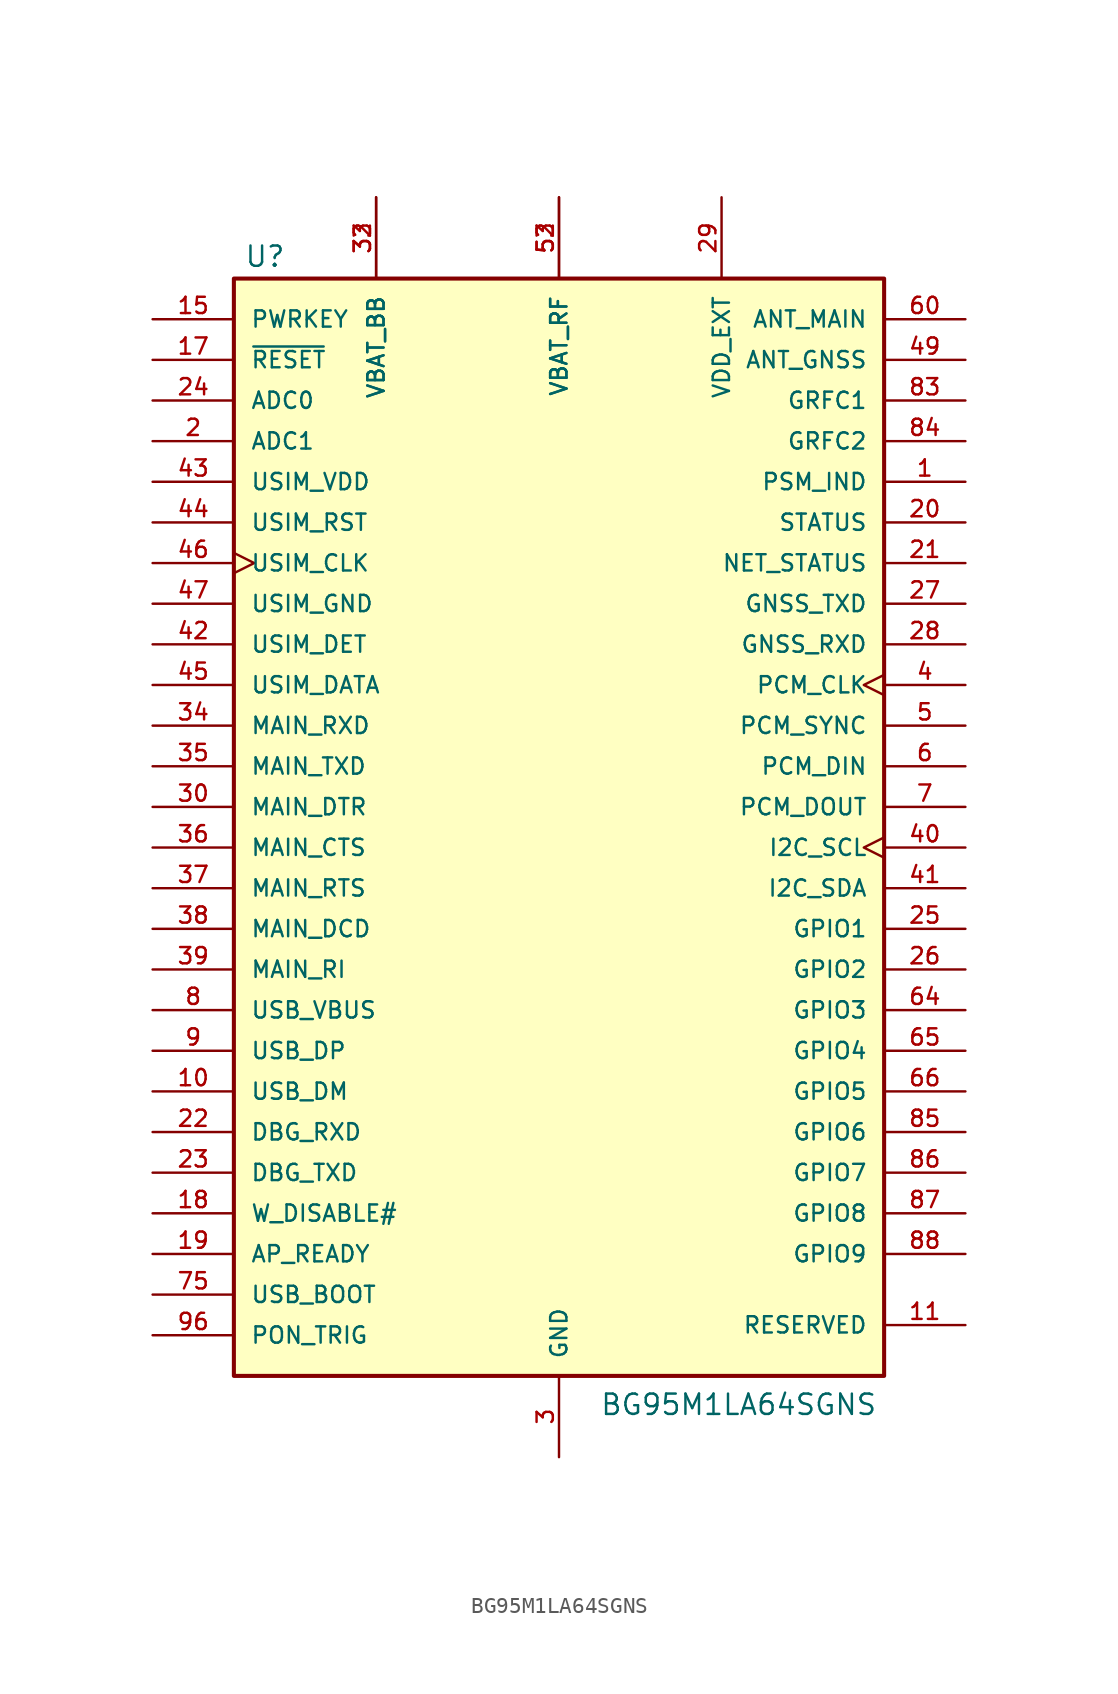
<source format=kicad_sym>
(kicad_symbol_lib
  (version 20220914)
  (generator kicad_symbol_editor)
  (symbol "BG95M1LA64SGNS"
    (pin_names
      (offset 1.016))
    (property "Reference" "U"
      (at -19.685 33.655 0)
      (effects (font (size 1.27 1.27)) (justify left bottom)))
    (property "Value" "BG95M1LA64SGNS"
      (at 2.54 -38.1 0)
      (effects (font (size 1.27 1.27)) (justify left bottom)))
    (symbol "BG95M1LA64SGNS_1_0"
      (rectangle (start -20.32 33.02) (end 20.32 -35.56) (stroke (width 0.254) (type default)) (fill (type background)))
      (pin output line (at 25.4 20.32 180) (length 5.08) (name "PSM_IND" (effects (font (size 1.016 1.016)))) (number "1" (effects (font (size 1.016 1.016)))))
      (pin bidirectional line (at -25.4 -17.78 0) (length 5.08) (name "USB_DM" (effects (font (size 1.016 1.016)))) (number "10" (effects (font (size 1.016 1.016)))))
      (pin power_in line (at 0 -40.64 90) (length 5.08) hide (name "GND" (effects (font (size 1.016 1.016)))) (number "100" (effects (font (size 1.016 1.016)))))
      (pin power_in line (at 0 -40.64 90) (length 5.08) hide (name "GND" (effects (font (size 1.016 1.016)))) (number "101" (effects (font (size 1.016 1.016)))))
      (pin power_in line (at 0 -40.64 90) (length 5.08) hide (name "GND" (effects (font (size 1.016 1.016)))) (number "102" (effects (font (size 1.016 1.016)))))
      (pin passive line (at 25.4 -32.385 180) (length 5.08) (name "RESERVED" (effects (font (size 1.016 1.016)))) (number "11" (effects (font (size 1.016 1.016)))))
      (pin passive line (at 25.4 -32.385 180) (length 5.08) hide (name "RESERVED" (effects (font (size 1.016 1.016)))) (number "12" (effects (font (size 1.016 1.016)))))
      (pin passive line (at 25.4 -32.385 180) (length 5.08) hide (name "RESERVED" (effects (font (size 1.016 1.016)))) (number "13" (effects (font (size 1.016 1.016)))))
      (pin passive line (at 25.4 -32.385 180) (length 5.08) hide (name "RESERVED" (effects (font (size 1.016 1.016)))) (number "14" (effects (font (size 1.016 1.016)))))
      (pin input line (at -25.4 30.48 0) (length 5.08) (name "PWRKEY" (effects (font (size 1.016 1.016)))) (number "15" (effects (font (size 1.016 1.016)))))
      (pin passive line (at 25.4 -32.385 180) (length 5.08) hide (name "RESERVED" (effects (font (size 1.016 1.016)))) (number "16" (effects (font (size 1.016 1.016)))))
      (pin input line (at -25.4 27.94 0) (length 5.08) (name "~{RESET}" (effects (font (size 1.016 1.016)))) (number "17" (effects (font (size 1.016 1.016)))))
      (pin input line (at -25.4 -25.4 0) (length 5.08) (name "W_DISABLE#" (effects (font (size 1.016 1.016)))) (number "18" (effects (font (size 1.016 1.016)))))
      (pin input line (at -25.4 -27.94 0) (length 5.08) (name "AP_READY" (effects (font (size 1.016 1.016)))) (number "19" (effects (font (size 1.016 1.016)))))
      (pin input line (at -25.4 22.86 0) (length 5.08) (name "ADC1" (effects (font (size 1.016 1.016)))) (number "2" (effects (font (size 1.016 1.016)))))
      (pin output line (at 25.4 17.78 180) (length 5.08) (name "STATUS" (effects (font (size 1.016 1.016)))) (number "20" (effects (font (size 1.016 1.016)))))
      (pin output line (at 25.4 15.24 180) (length 5.08) (name "NET_STATUS" (effects (font (size 1.016 1.016)))) (number "21" (effects (font (size 1.016 1.016)))))
      (pin input line (at -25.4 -20.32 0) (length 5.08) (name "DBG_RXD" (effects (font (size 1.016 1.016)))) (number "22" (effects (font (size 1.016 1.016)))))
      (pin output line (at -25.4 -22.86 0) (length 5.08) (name "DBG_TXD" (effects (font (size 1.016 1.016)))) (number "23" (effects (font (size 1.016 1.016)))))
      (pin input line (at -25.4 25.4 0) (length 5.08) (name "ADC0" (effects (font (size 1.016 1.016)))) (number "24" (effects (font (size 1.016 1.016)))))
      (pin bidirectional line (at 25.4 -7.62 180) (length 5.08) (name "GPIO1" (effects (font (size 1.016 1.016)))) (number "25" (effects (font (size 1.016 1.016)))))
      (pin bidirectional line (at 25.4 -10.16 180) (length 5.08) (name "GPIO2" (effects (font (size 1.016 1.016)))) (number "26" (effects (font (size 1.016 1.016)))))
      (pin output line (at 25.4 12.7 180) (length 5.08) (name "GNSS_TXD" (effects (font (size 1.016 1.016)))) (number "27" (effects (font (size 1.016 1.016)))))
      (pin input line (at 25.4 10.16 180) (length 5.08) (name "GNSS_RXD" (effects (font (size 1.016 1.016)))) (number "28" (effects (font (size 1.016 1.016)))))
      (pin power_out line (at 10.16 38.1 270) (length 5.08) (name "VDD_EXT" (effects (font (size 1.016 1.016)))) (number "29" (effects (font (size 1.016 1.016)))))
      (pin power_in line (at 0 -40.64 90) (length 5.08) (name "GND" (effects (font (size 1.016 1.016)))) (number "3" (effects (font (size 1.016 1.016)))))
      (pin input line (at -25.4 0 0) (length 5.08) (name "MAIN_DTR" (effects (font (size 1.016 1.016)))) (number "30" (effects (font (size 1.016 1.016)))))
      (pin power_in line (at 0 -40.64 90) (length 5.08) hide (name "GND" (effects (font (size 1.016 1.016)))) (number "31" (effects (font (size 1.016 1.016)))))
      (pin power_in line (at -11.43 38.1 270) (length 5.08) (name "VBAT_BB" (effects (font (size 1.016 1.016)))) (number "32" (effects (font (size 1.016 1.016)))))
      (pin power_in line (at -11.43 38.1 270) (length 5.08) (name "VBAT_BB" (effects (font (size 1.016 1.016)))) (number "33" (effects (font (size 1.016 1.016)))))
      (pin input line (at -25.4 5.08 0) (length 5.08) (name "MAIN_RXD" (effects (font (size 1.016 1.016)))) (number "34" (effects (font (size 1.016 1.016)))))
      (pin output line (at -25.4 2.54 0) (length 5.08) (name "MAIN_TXD" (effects (font (size 1.016 1.016)))) (number "35" (effects (font (size 1.016 1.016)))))
      (pin output line (at -25.4 -2.54 0) (length 5.08) (name "MAIN_CTS" (effects (font (size 1.016 1.016)))) (number "36" (effects (font (size 1.016 1.016)))))
      (pin input line (at -25.4 -5.08 0) (length 5.08) (name "MAIN_RTS" (effects (font (size 1.016 1.016)))) (number "37" (effects (font (size 1.016 1.016)))))
      (pin output line (at -25.4 -7.62 0) (length 5.08) (name "MAIN_DCD" (effects (font (size 1.016 1.016)))) (number "38" (effects (font (size 1.016 1.016)))))
      (pin output line (at -25.4 -10.16 0) (length 5.08) (name "MAIN_RI" (effects (font (size 1.016 1.016)))) (number "39" (effects (font (size 1.016 1.016)))))
      (pin output clock (at 25.4 7.62 180) (length 5.08) (name "PCM_CLK" (effects (font (size 1.016 1.016)))) (number "4" (effects (font (size 1.016 1.016)))))
      (pin output clock (at 25.4 -2.54 180) (length 5.08) (name "I2C_SCL" (effects (font (size 1.016 1.016)))) (number "40" (effects (font (size 1.016 1.016)))))
      (pin bidirectional line (at 25.4 -5.08 180) (length 5.08) (name "I2C_SDA" (effects (font (size 1.016 1.016)))) (number "41" (effects (font (size 1.016 1.016)))))
      (pin input line (at -25.4 10.16 0) (length 5.08) (name "USIM_DET" (effects (font (size 1.016 1.016)))) (number "42" (effects (font (size 1.016 1.016)))))
      (pin power_out line (at -25.4 20.32 0) (length 5.08) (name "USIM_VDD" (effects (font (size 1.016 1.016)))) (number "43" (effects (font (size 1.016 1.016)))))
      (pin output line (at -25.4 17.78 0) (length 5.08) (name "USIM_RST" (effects (font (size 1.016 1.016)))) (number "44" (effects (font (size 1.016 1.016)))))
      (pin bidirectional line (at -25.4 7.62 0) (length 5.08) (name "USIM_DATA" (effects (font (size 1.016 1.016)))) (number "45" (effects (font (size 1.016 1.016)))))
      (pin output clock (at -25.4 15.24 0) (length 5.08) (name "USIM_CLK" (effects (font (size 1.016 1.016)))) (number "46" (effects (font (size 1.016 1.016)))))
      (pin power_in line (at -25.4 12.7 0) (length 5.08) (name "USIM_GND" (effects (font (size 1.016 1.016)))) (number "47" (effects (font (size 1.016 1.016)))))
      (pin power_in line (at 0 -40.64 90) (length 5.08) hide (name "GND" (effects (font (size 1.016 1.016)))) (number "48" (effects (font (size 1.016 1.016)))))
      (pin input line (at 25.4 27.94 180) (length 5.08) (name "ANT_GNSS" (effects (font (size 1.016 1.016)))) (number "49" (effects (font (size 1.016 1.016)))))
      (pin output line (at 25.4 5.08 180) (length 5.08) (name "PCM_SYNC" (effects (font (size 1.016 1.016)))) (number "5" (effects (font (size 1.016 1.016)))))
      (pin power_in line (at 0 -40.64 90) (length 5.08) hide (name "GND" (effects (font (size 1.016 1.016)))) (number "50" (effects (font (size 1.016 1.016)))))
      (pin passive line (at 25.4 -32.385 180) (length 5.08) hide (name "RESERVED" (effects (font (size 1.016 1.016)))) (number "51" (effects (font (size 1.016 1.016)))))
      (pin power_in line (at 0 38.1 270) (length 5.08) (name "VBAT_RF" (effects (font (size 1.016 1.016)))) (number "52" (effects (font (size 1.016 1.016)))))
      (pin power_in line (at 0 38.1 270) (length 5.08) (name "VBAT_RF" (effects (font (size 1.016 1.016)))) (number "53" (effects (font (size 1.016 1.016)))))
      (pin power_in line (at 0 -40.64 90) (length 5.08) hide (name "GND" (effects (font (size 1.016 1.016)))) (number "54" (effects (font (size 1.016 1.016)))))
      (pin power_in line (at 0 -40.64 90) (length 5.08) hide (name "GND" (effects (font (size 1.016 1.016)))) (number "55" (effects (font (size 1.016 1.016)))))
      (pin passive line (at 25.4 -32.385 180) (length 5.08) hide (name "RESERVED" (effects (font (size 1.016 1.016)))) (number "56" (effects (font (size 1.016 1.016)))))
      (pin passive line (at 25.4 -32.385 180) (length 5.08) hide (name "RESERVED" (effects (font (size 1.016 1.016)))) (number "57" (effects (font (size 1.016 1.016)))))
      (pin power_in line (at 0 -40.64 90) (length 5.08) hide (name "GND" (effects (font (size 1.016 1.016)))) (number "58" (effects (font (size 1.016 1.016)))))
      (pin power_in line (at 0 -40.64 90) (length 5.08) hide (name "GND" (effects (font (size 1.016 1.016)))) (number "59" (effects (font (size 1.016 1.016)))))
      (pin input line (at 25.4 2.54 180) (length 5.08) (name "PCM_DIN" (effects (font (size 1.016 1.016)))) (number "6" (effects (font (size 1.016 1.016)))))
      (pin bidirectional line (at 25.4 30.48 180) (length 5.08) (name "ANT_MAIN" (effects (font (size 1.016 1.016)))) (number "60" (effects (font (size 1.016 1.016)))))
      (pin power_in line (at 0 -40.64 90) (length 5.08) hide (name "GND" (effects (font (size 1.016 1.016)))) (number "61" (effects (font (size 1.016 1.016)))))
      (pin power_in line (at 0 -40.64 90) (length 5.08) hide (name "GND" (effects (font (size 1.016 1.016)))) (number "62" (effects (font (size 1.016 1.016)))))
      (pin passive line (at 25.4 -32.385 180) (length 5.08) hide (name "RESERVED" (effects (font (size 1.016 1.016)))) (number "63" (effects (font (size 1.016 1.016)))))
      (pin bidirectional line (at 25.4 -12.7 180) (length 5.08) (name "GPIO3" (effects (font (size 1.016 1.016)))) (number "64" (effects (font (size 1.016 1.016)))))
      (pin bidirectional line (at 25.4 -15.24 180) (length 5.08) (name "GPIO4" (effects (font (size 1.016 1.016)))) (number "65" (effects (font (size 1.016 1.016)))))
      (pin bidirectional line (at 25.4 -17.78 180) (length 5.08) (name "GPIO5" (effects (font (size 1.016 1.016)))) (number "66" (effects (font (size 1.016 1.016)))))
      (pin power_in line (at 0 -40.64 90) (length 5.08) hide (name "GND" (effects (font (size 1.016 1.016)))) (number "67" (effects (font (size 1.016 1.016)))))
      (pin power_in line (at 0 -40.64 90) (length 5.08) hide (name "GND" (effects (font (size 1.016 1.016)))) (number "68" (effects (font (size 1.016 1.016)))))
      (pin power_in line (at 0 -40.64 90) (length 5.08) hide (name "GND" (effects (font (size 1.016 1.016)))) (number "69" (effects (font (size 1.016 1.016)))))
      (pin output line (at 25.4 0 180) (length 5.08) (name "PCM_DOUT" (effects (font (size 1.016 1.016)))) (number "7" (effects (font (size 1.016 1.016)))))
      (pin power_in line (at 0 -40.64 90) (length 5.08) hide (name "GND" (effects (font (size 1.016 1.016)))) (number "70" (effects (font (size 1.016 1.016)))))
      (pin power_in line (at 0 -40.64 90) (length 5.08) hide (name "GND" (effects (font (size 1.016 1.016)))) (number "71" (effects (font (size 1.016 1.016)))))
      (pin power_in line (at 0 -40.64 90) (length 5.08) hide (name "GND" (effects (font (size 1.016 1.016)))) (number "72" (effects (font (size 1.016 1.016)))))
      (pin power_in line (at 0 -40.64 90) (length 5.08) hide (name "GND" (effects (font (size 1.016 1.016)))) (number "73" (effects (font (size 1.016 1.016)))))
      (pin power_in line (at 0 -40.64 90) (length 5.08) hide (name "GND" (effects (font (size 1.016 1.016)))) (number "74" (effects (font (size 1.016 1.016)))))
      (pin input line (at -25.4 -30.48 0) (length 5.08) (name "USB_BOOT" (effects (font (size 1.016 1.016)))) (number "75" (effects (font (size 1.016 1.016)))))
      (pin passive line (at 25.4 -32.385 180) (length 5.08) hide (name "RESERVED" (effects (font (size 1.016 1.016)))) (number "76" (effects (font (size 1.016 1.016)))))
      (pin passive line (at 25.4 -32.385 180) (length 5.08) hide (name "RESERVED" (effects (font (size 1.016 1.016)))) (number "77" (effects (font (size 1.016 1.016)))))
      (pin passive line (at 25.4 -32.385 180) (length 5.08) hide (name "RESERVED" (effects (font (size 1.016 1.016)))) (number "78" (effects (font (size 1.016 1.016)))))
      (pin power_in line (at 0 -40.64 90) (length 5.08) hide (name "GND" (effects (font (size 1.016 1.016)))) (number "79" (effects (font (size 1.016 1.016)))))
      (pin input line (at -25.4 -12.7 0) (length 5.08) (name "USB_VBUS" (effects (font (size 1.016 1.016)))) (number "8" (effects (font (size 1.016 1.016)))))
      (pin power_in line (at 0 -40.64 90) (length 5.08) hide (name "GND" (effects (font (size 1.016 1.016)))) (number "80" (effects (font (size 1.016 1.016)))))
      (pin power_in line (at 0 -40.64 90) (length 5.08) hide (name "GND" (effects (font (size 1.016 1.016)))) (number "81" (effects (font (size 1.016 1.016)))))
      (pin power_in line (at 0 -40.64 90) (length 5.08) hide (name "GND" (effects (font (size 1.016 1.016)))) (number "82" (effects (font (size 1.016 1.016)))))
      (pin output line (at 25.4 25.4 180) (length 5.08) (name "GRFC1" (effects (font (size 1.016 1.016)))) (number "83" (effects (font (size 1.016 1.016)))))
      (pin output line (at 25.4 22.86 180) (length 5.08) (name "GRFC2" (effects (font (size 1.016 1.016)))) (number "84" (effects (font (size 1.016 1.016)))))
      (pin bidirectional line (at 25.4 -20.32 180) (length 5.08) (name "GPIO6" (effects (font (size 1.016 1.016)))) (number "85" (effects (font (size 1.016 1.016)))))
      (pin bidirectional line (at 25.4 -22.86 180) (length 5.08) (name "GPIO7" (effects (font (size 1.016 1.016)))) (number "86" (effects (font (size 1.016 1.016)))))
      (pin bidirectional line (at 25.4 -25.4 180) (length 5.08) (name "GPIO8" (effects (font (size 1.016 1.016)))) (number "87" (effects (font (size 1.016 1.016)))))
      (pin bidirectional line (at 25.4 -27.94 180) (length 5.08) (name "GPIO9" (effects (font (size 1.016 1.016)))) (number "88" (effects (font (size 1.016 1.016)))))
      (pin power_in line (at 0 -40.64 90) (length 5.08) hide (name "GND" (effects (font (size 1.016 1.016)))) (number "89" (effects (font (size 1.016 1.016)))))
      (pin bidirectional line (at -25.4 -15.24 0) (length 5.08) (name "USB_DP" (effects (font (size 1.016 1.016)))) (number "9" (effects (font (size 1.016 1.016)))))
      (pin power_in line (at 0 -40.64 90) (length 5.08) hide (name "GND" (effects (font (size 1.016 1.016)))) (number "90" (effects (font (size 1.016 1.016)))))
      (pin power_in line (at 0 -40.64 90) (length 5.08) hide (name "GND" (effects (font (size 1.016 1.016)))) (number "91" (effects (font (size 1.016 1.016)))))
      (pin passive line (at 25.4 -32.385 180) (length 5.08) hide (name "RESERVED" (effects (font (size 1.016 1.016)))) (number "92" (effects (font (size 1.016 1.016)))))
      (pin passive line (at 25.4 -32.385 180) (length 5.08) hide (name "RESERVED" (effects (font (size 1.016 1.016)))) (number "93" (effects (font (size 1.016 1.016)))))
      (pin passive line (at 25.4 -32.385 180) (length 5.08) hide (name "RESERVED" (effects (font (size 1.016 1.016)))) (number "94" (effects (font (size 1.016 1.016)))))
      (pin passive line (at 25.4 -32.385 180) (length 5.08) hide (name "RESERVED" (effects (font (size 1.016 1.016)))) (number "95" (effects (font (size 1.016 1.016)))))
      (pin input line (at -25.4 -33.02 0) (length 5.08) (name "PON_TRIG" (effects (font (size 1.016 1.016)))) (number "96" (effects (font (size 1.016 1.016)))))
      (pin passive line (at 25.4 -32.385 180) (length 5.08) hide (name "RESERVED" (effects (font (size 1.016 1.016)))) (number "97" (effects (font (size 1.016 1.016)))))
      (pin passive line (at 25.4 -32.385 180) (length 5.08) hide (name "RESERVED" (effects (font (size 1.016 1.016)))) (number "98" (effects (font (size 1.016 1.016)))))
      (pin passive line (at 25.4 -32.385 180) (length 5.08) hide (name "RESERVED" (effects (font (size 1.016 1.016)))) (number "99" (effects (font (size 1.016 1.016))))))))
</source>
